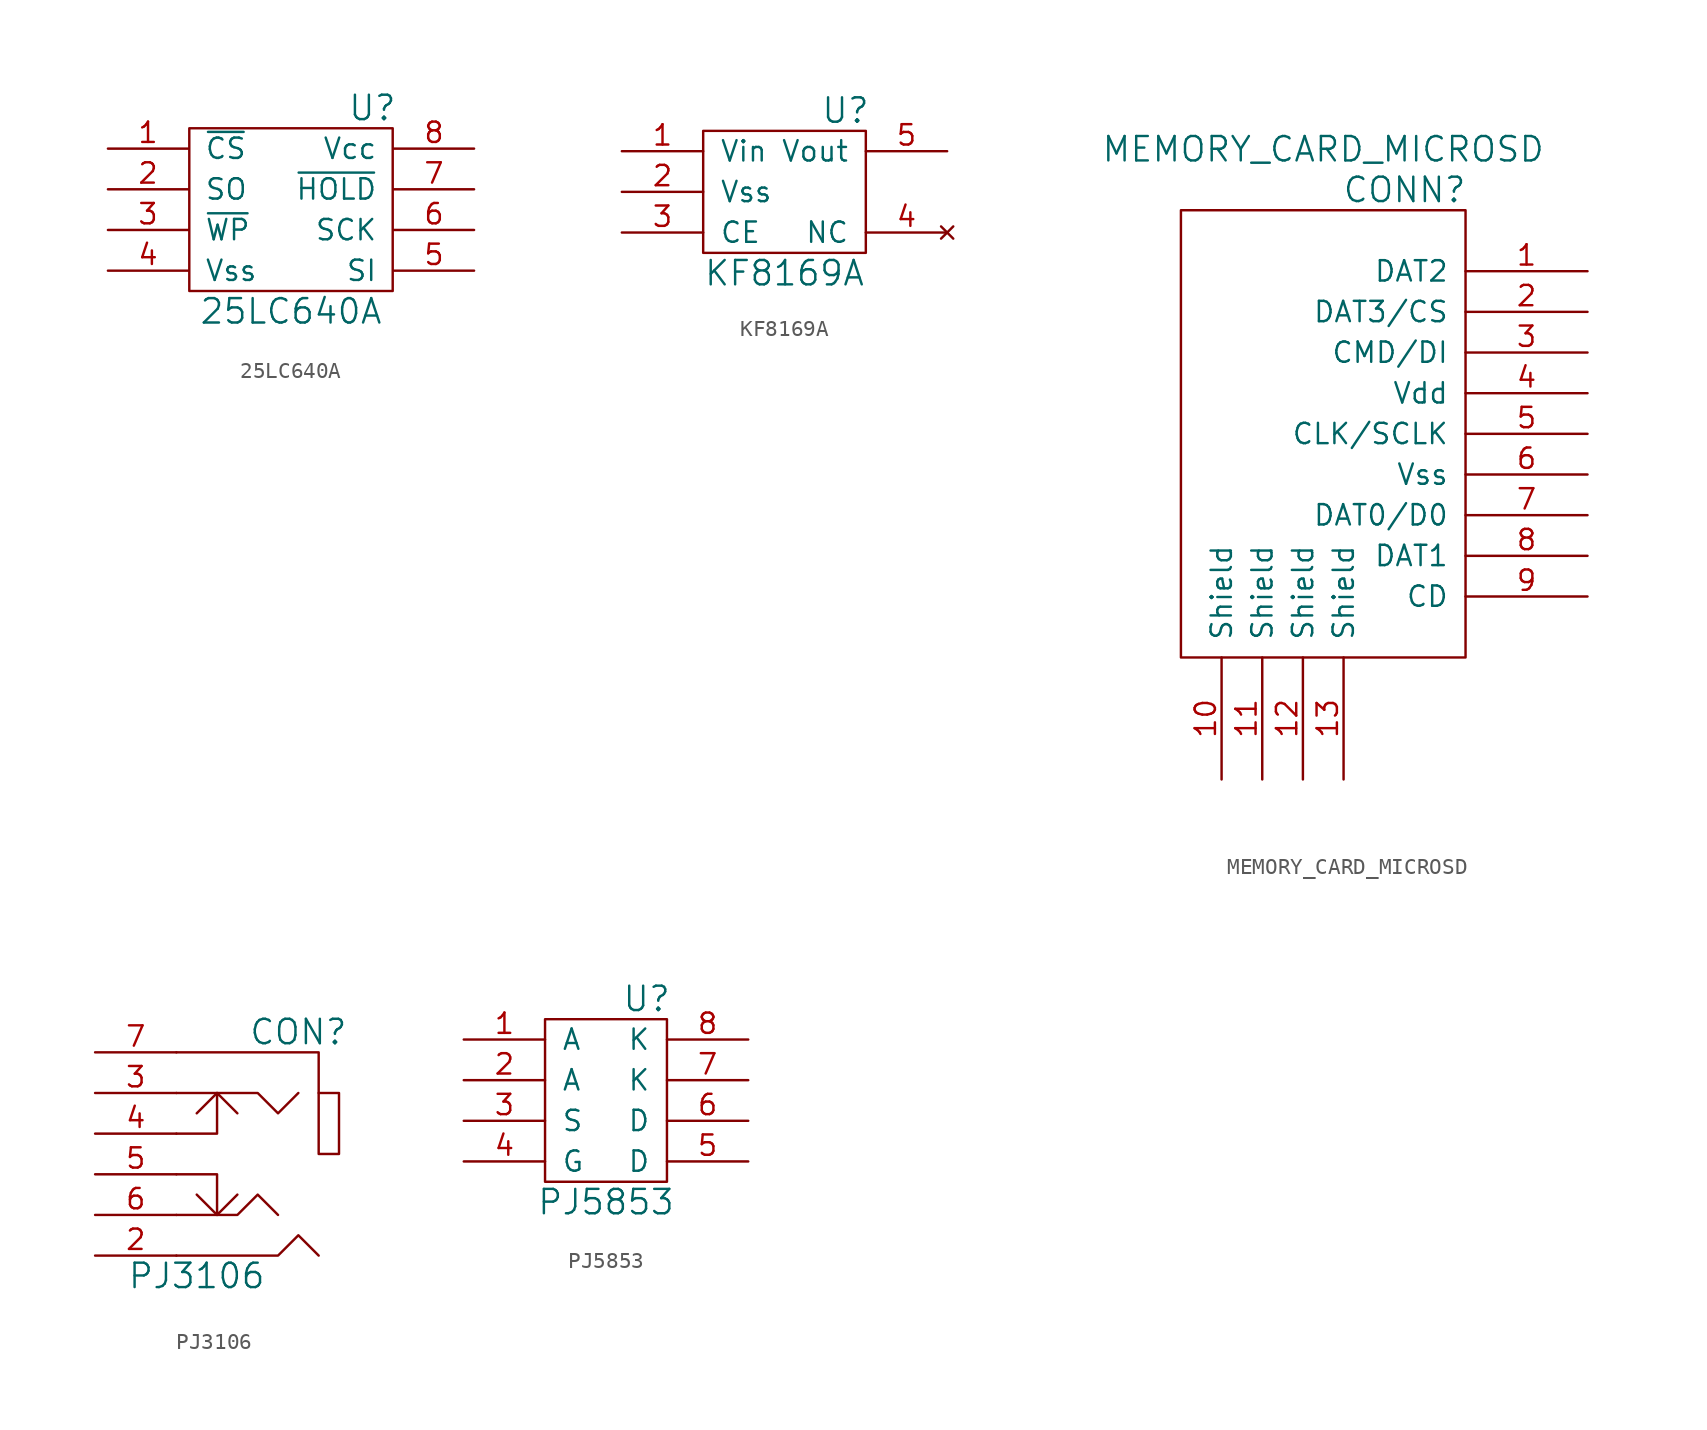
<source format=kicad_sym>
(kicad_symbol_lib
  (version 20211014)
  (generator kicad_symbol_editor)
  (symbol "25LC640A"
    (pin_names
      (offset 1.016))
    (property "Reference" "U"
      (at 5.08 0 0)
      (effects (font (size 1.524 1.524))))
    (property "Value" "25LC640A"
      (at 0 -12.7 0)
      (effects (font (size 1.524 1.524))))
    (property "Footprint" ""
      (at 0 0 0)
      (effects (font (size 1.524 1.524))))
    (property "Datasheet" ""
      (at 0 0 0)
      (effects (font (size 1.524 1.524))))
    (symbol "25LC640A_0_1"
      (rectangle (start 6.35 -1.27) (end -6.35 -11.43) (stroke (width 0) (type default) (color 0 0 0 0)) (fill (type none))))
    (symbol "25LC640A_1_1"
      (pin input line (at -11.43 -2.54 0) (length 5.004) (name "~{CS}" (effects (font (size 1.27 1.27)))) (number "1" (effects (font (size 1.27 1.27)))))
      (pin output line (at -11.43 -5.08 0) (length 5.004) (name "SO" (effects (font (size 1.27 1.27)))) (number "2" (effects (font (size 1.27 1.27)))))
      (pin input line (at -11.43 -7.62 0) (length 5.004) (name "~{WP}" (effects (font (size 1.27 1.27)))) (number "3" (effects (font (size 1.27 1.27)))))
      (pin power_in line (at -11.43 -10.16 0) (length 5.004) (name "Vss" (effects (font (size 1.27 1.27)))) (number "4" (effects (font (size 1.27 1.27)))))
      (pin input line (at 11.43 -10.16 180) (length 5.004) (name "SI" (effects (font (size 1.27 1.27)))) (number "5" (effects (font (size 1.27 1.27)))))
      (pin input line (at 11.43 -7.62 180) (length 5.004) (name "SCK" (effects (font (size 1.27 1.27)))) (number "6" (effects (font (size 1.27 1.27)))))
      (pin input line (at 11.43 -5.08 180) (length 5.004) (name "~{HOLD}" (effects (font (size 1.27 1.27)))) (number "7" (effects (font (size 1.27 1.27)))))
      (pin power_in line (at 11.43 -2.54 180) (length 5.004) (name "Vcc" (effects (font (size 1.27 1.27)))) (number "8" (effects (font (size 1.27 1.27)))))))
  (symbol "KF8169A"
    (pin_names
      (offset 1.016))
    (property "Reference" "U"
      (at 3.81 -1.27 0)
      (effects (font (size 1.524 1.524))))
    (property "Value" "KF8169A"
      (at 0 -11.43 0)
      (effects (font (size 1.524 1.524))))
    (property "Footprint" ""
      (at 0 0 0)
      (effects (font (size 1.524 1.524))))
    (property "Datasheet" ""
      (at 0 0 0)
      (effects (font (size 1.524 1.524))))
    (symbol "KF8169A_0_1"
      (rectangle (start 5.08 -2.54) (end -5.08 -10.16) (stroke (width 0) (type default) (color 0 0 0 0)) (fill (type none))))
    (symbol "KF8169A_1_1"
      (pin power_in line (at -10.16 -3.81 0) (length 5.08) (name "Vin" (effects (font (size 1.27 1.27)))) (number "1" (effects (font (size 1.27 1.27)))))
      (pin power_in line (at -10.16 -6.35 0) (length 5.08) (name "Vss" (effects (font (size 1.27 1.27)))) (number "2" (effects (font (size 1.27 1.27)))))
      (pin input line (at -10.16 -8.89 0) (length 5.08) (name "CE" (effects (font (size 1.27 1.27)))) (number "3" (effects (font (size 1.27 1.27)))))
      (pin no_connect line (at 10.16 -8.89 180) (length 5.08) (name "NC" (effects (font (size 1.27 1.27)))) (number "4" (effects (font (size 1.27 1.27)))))
      (pin power_out line (at 10.16 -3.81 180) (length 5.08) (name "Vout" (effects (font (size 1.27 1.27)))) (number "5" (effects (font (size 1.27 1.27)))))))
  (symbol "MEMORY_CARD_MICROSD"
    (pin_names
      (offset 1.016))
    (property "Reference" "CONN"
      (at -3.81 0 0)
      (effects (font (size 1.524 1.524))))
    (property "Value" "MEMORY_CARD_MICROSD"
      (at -8.89 2.54 0)
      (effects (font (size 1.524 1.524))))
    (property "Footprint" ""
      (at 0 0 0)
      (effects (font (size 1.524 1.524))))
    (property "Datasheet" ""
      (at 0 0 0)
      (effects (font (size 1.524 1.524))))
    (symbol "MEMORY_CARD_MICROSD_0_1"
      (rectangle (start 0 -1.27) (end -17.78 -29.21) (stroke (width 0) (type default) (color 0 0 0 0)) (fill (type none))))
    (symbol "MEMORY_CARD_MICROSD_1_1"
      (pin bidirectional line (at 7.62 -5.08 180) (length 7.62) (name "DAT2" (effects (font (size 1.27 1.27)))) (number "1" (effects (font (size 1.27 1.27)))))
      (pin power_in line (at -15.24 -36.83 90) (length 7.62) (name "Shield" (effects (font (size 1.27 1.27)))) (number "10" (effects (font (size 1.27 1.27)))))
      (pin power_in line (at -12.7 -36.83 90) (length 7.62) (name "Shield" (effects (font (size 1.27 1.27)))) (number "11" (effects (font (size 1.27 1.27)))))
      (pin power_in line (at -10.16 -36.83 90) (length 7.62) (name "Shield" (effects (font (size 1.27 1.27)))) (number "12" (effects (font (size 1.27 1.27)))))
      (pin power_in line (at -7.62 -36.83 90) (length 7.62) (name "Shield" (effects (font (size 1.27 1.27)))) (number "13" (effects (font (size 1.27 1.27)))))
      (pin bidirectional line (at 7.62 -7.62 180) (length 7.62) (name "DAT3/CS" (effects (font (size 1.27 1.27)))) (number "2" (effects (font (size 1.27 1.27)))))
      (pin bidirectional line (at 7.62 -10.16 180) (length 7.62) (name "CMD/DI" (effects (font (size 1.27 1.27)))) (number "3" (effects (font (size 1.27 1.27)))))
      (pin power_in line (at 7.62 -12.7 180) (length 7.62) (name "Vdd" (effects (font (size 1.27 1.27)))) (number "4" (effects (font (size 1.27 1.27)))))
      (pin input line (at 7.62 -15.24 180) (length 7.62) (name "CLK/SCLK" (effects (font (size 1.27 1.27)))) (number "5" (effects (font (size 1.27 1.27)))))
      (pin power_in line (at 7.62 -17.78 180) (length 7.62) (name "Vss" (effects (font (size 1.27 1.27)))) (number "6" (effects (font (size 1.27 1.27)))))
      (pin bidirectional line (at 7.62 -20.32 180) (length 7.62) (name "DAT0/D0" (effects (font (size 1.27 1.27)))) (number "7" (effects (font (size 1.27 1.27)))))
      (pin bidirectional line (at 7.62 -22.86 180) (length 7.62) (name "DAT1" (effects (font (size 1.27 1.27)))) (number "8" (effects (font (size 1.27 1.27)))))
      (pin output line (at 7.62 -25.4 180) (length 7.62) (name "CD" (effects (font (size 1.27 1.27)))) (number "9" (effects (font (size 1.27 1.27)))))))
  (symbol "PJ3106"
    (pin_names
      (offset 1.016))
    (property "Reference" "CON"
      (at 1.27 -2.54 0)
      (effects (font (size 1.524 1.524))))
    (property "Value" "PJ3106"
      (at -5.08 -17.78 0)
      (effects (font (size 1.524 1.524))))
    (property "Footprint" ""
      (at 0 0 0)
      (effects (font (size 1.524 1.524))))
    (property "Datasheet" ""
      (at 0 0 0)
      (effects (font (size 1.524 1.524))))
    (symbol "PJ3106_0_1"
      (polyline (pts (xy -3.81 -13.97) (xy -5.08 -12.7)) (stroke (width 0) (type default) (color 0 0 0 0)) (fill (type none)))
      (polyline (pts (xy -3.81 -6.35) (xy -5.08 -7.62)) (stroke (width 0) (type default) (color 0 0 0 0)) (fill (type none)))
      (polyline (pts (xy -6.35 -3.81) (xy 2.54 -3.81) (xy 2.54 -6.35)) (stroke (width 0) (type default) (color 0 0 0 0)) (fill (type none)))
      (polyline (pts (xy -6.35 -16.51) (xy 0 -16.51) (xy 1.27 -15.24) (xy 2.54 -16.51)) (stroke (width 0) (type default) (color 0 0 0 0)) (fill (type none)))
      (polyline (pts (xy -6.35 -13.97) (xy -2.54 -13.97) (xy -1.27 -12.7) (xy 0 -13.97)) (stroke (width 0) (type default) (color 0 0 0 0)) (fill (type none)))
      (polyline (pts (xy -6.35 -11.43) (xy -3.81 -11.43) (xy -3.81 -13.97) (xy -2.54 -12.7)) (stroke (width 0) (type default) (color 0 0 0 0)) (fill (type none)))
      (polyline (pts (xy -6.35 -8.89) (xy -3.81 -8.89) (xy -3.81 -6.35) (xy -2.54 -7.62)) (stroke (width 0) (type default) (color 0 0 0 0)) (fill (type none)))
      (polyline (pts (xy -6.35 -6.35) (xy -1.27 -6.35) (xy 0 -7.62) (xy 1.27 -6.35)) (stroke (width 0) (type default) (color 0 0 0 0)) (fill (type none)))
      (polyline (pts (xy 2.54 -6.35) (xy 3.81 -6.35) (xy 3.81 -10.16) (xy 2.54 -10.16) (xy 2.54 -6.35)) (stroke (width 0) (type default) (color 0 0 0 0)) (fill (type none))))
    (symbol "PJ3106_1_1"
      (pin output line (at -11.43 -16.51 0) (length 5.08) (name "~" (effects (font (size 1.27 1.27)))) (number "2" (effects (font (size 1.27 1.27)))))
      (pin input line (at -11.43 -6.35 0) (length 5.08) (name "~" (effects (font (size 1.27 1.27)))) (number "3" (effects (font (size 1.27 1.27)))))
      (pin output line (at -11.43 -8.89 0) (length 5.08) (name "~" (effects (font (size 1.27 1.27)))) (number "4" (effects (font (size 1.27 1.27)))))
      (pin output line (at -11.43 -11.43 0) (length 5.08) (name "~" (effects (font (size 1.27 1.27)))) (number "5" (effects (font (size 1.27 1.27)))))
      (pin input line (at -11.43 -13.97 0) (length 5.08) (name "~" (effects (font (size 1.27 1.27)))) (number "6" (effects (font (size 1.27 1.27)))))
      (pin input line (at -11.43 -3.81 0) (length 5.08) (name "~" (effects (font (size 1.27 1.27)))) (number "7" (effects (font (size 1.27 1.27)))))))
  (symbol "PJ5853"
    (pin_names
      (offset 1.016))
    (property "Reference" "U"
      (at 2.54 3.81 0)
      (effects (font (size 1.524 1.524))))
    (property "Value" "PJ5853"
      (at 0 -8.89 0)
      (effects (font (size 1.524 1.524))))
    (property "Footprint" ""
      (at 0 3.81 0)
      (effects (font (size 1.524 1.524))))
    (property "Datasheet" ""
      (at 0 3.81 0)
      (effects (font (size 1.524 1.524))))
    (symbol "PJ5853_0_1"
      (rectangle (start 3.81 2.54) (end -3.81 -7.62) (stroke (width 0) (type default) (color 0 0 0 0)) (fill (type none))))
    (symbol "PJ5853_1_1"
      (pin power_in line (at -8.89 1.27 0) (length 5.08) (name "A" (effects (font (size 1.27 1.27)))) (number "1" (effects (font (size 1.27 1.27)))))
      (pin power_in line (at -8.89 -1.27 0) (length 5.08) (name "A" (effects (font (size 1.27 1.27)))) (number "2" (effects (font (size 1.27 1.27)))))
      (pin power_in line (at -8.89 -3.81 0) (length 5.08) (name "S" (effects (font (size 1.27 1.27)))) (number "3" (effects (font (size 1.27 1.27)))))
      (pin input line (at -8.89 -6.35 0) (length 5.08) (name "G" (effects (font (size 1.27 1.27)))) (number "4" (effects (font (size 1.27 1.27)))))
      (pin power_in line (at 8.89 -6.35 180) (length 5.08) (name "D" (effects (font (size 1.27 1.27)))) (number "5" (effects (font (size 1.27 1.27)))))
      (pin power_in line (at 8.89 -3.81 180) (length 5.08) (name "D" (effects (font (size 1.27 1.27)))) (number "6" (effects (font (size 1.27 1.27)))))
      (pin power_in line (at 8.89 -1.27 180) (length 5.08) (name "K" (effects (font (size 1.27 1.27)))) (number "7" (effects (font (size 1.27 1.27)))))
      (pin power_in line (at 8.89 1.27 180) (length 5.08) (name "K" (effects (font (size 1.27 1.27)))) (number "8" (effects (font (size 1.27 1.27))))))))
</source>
